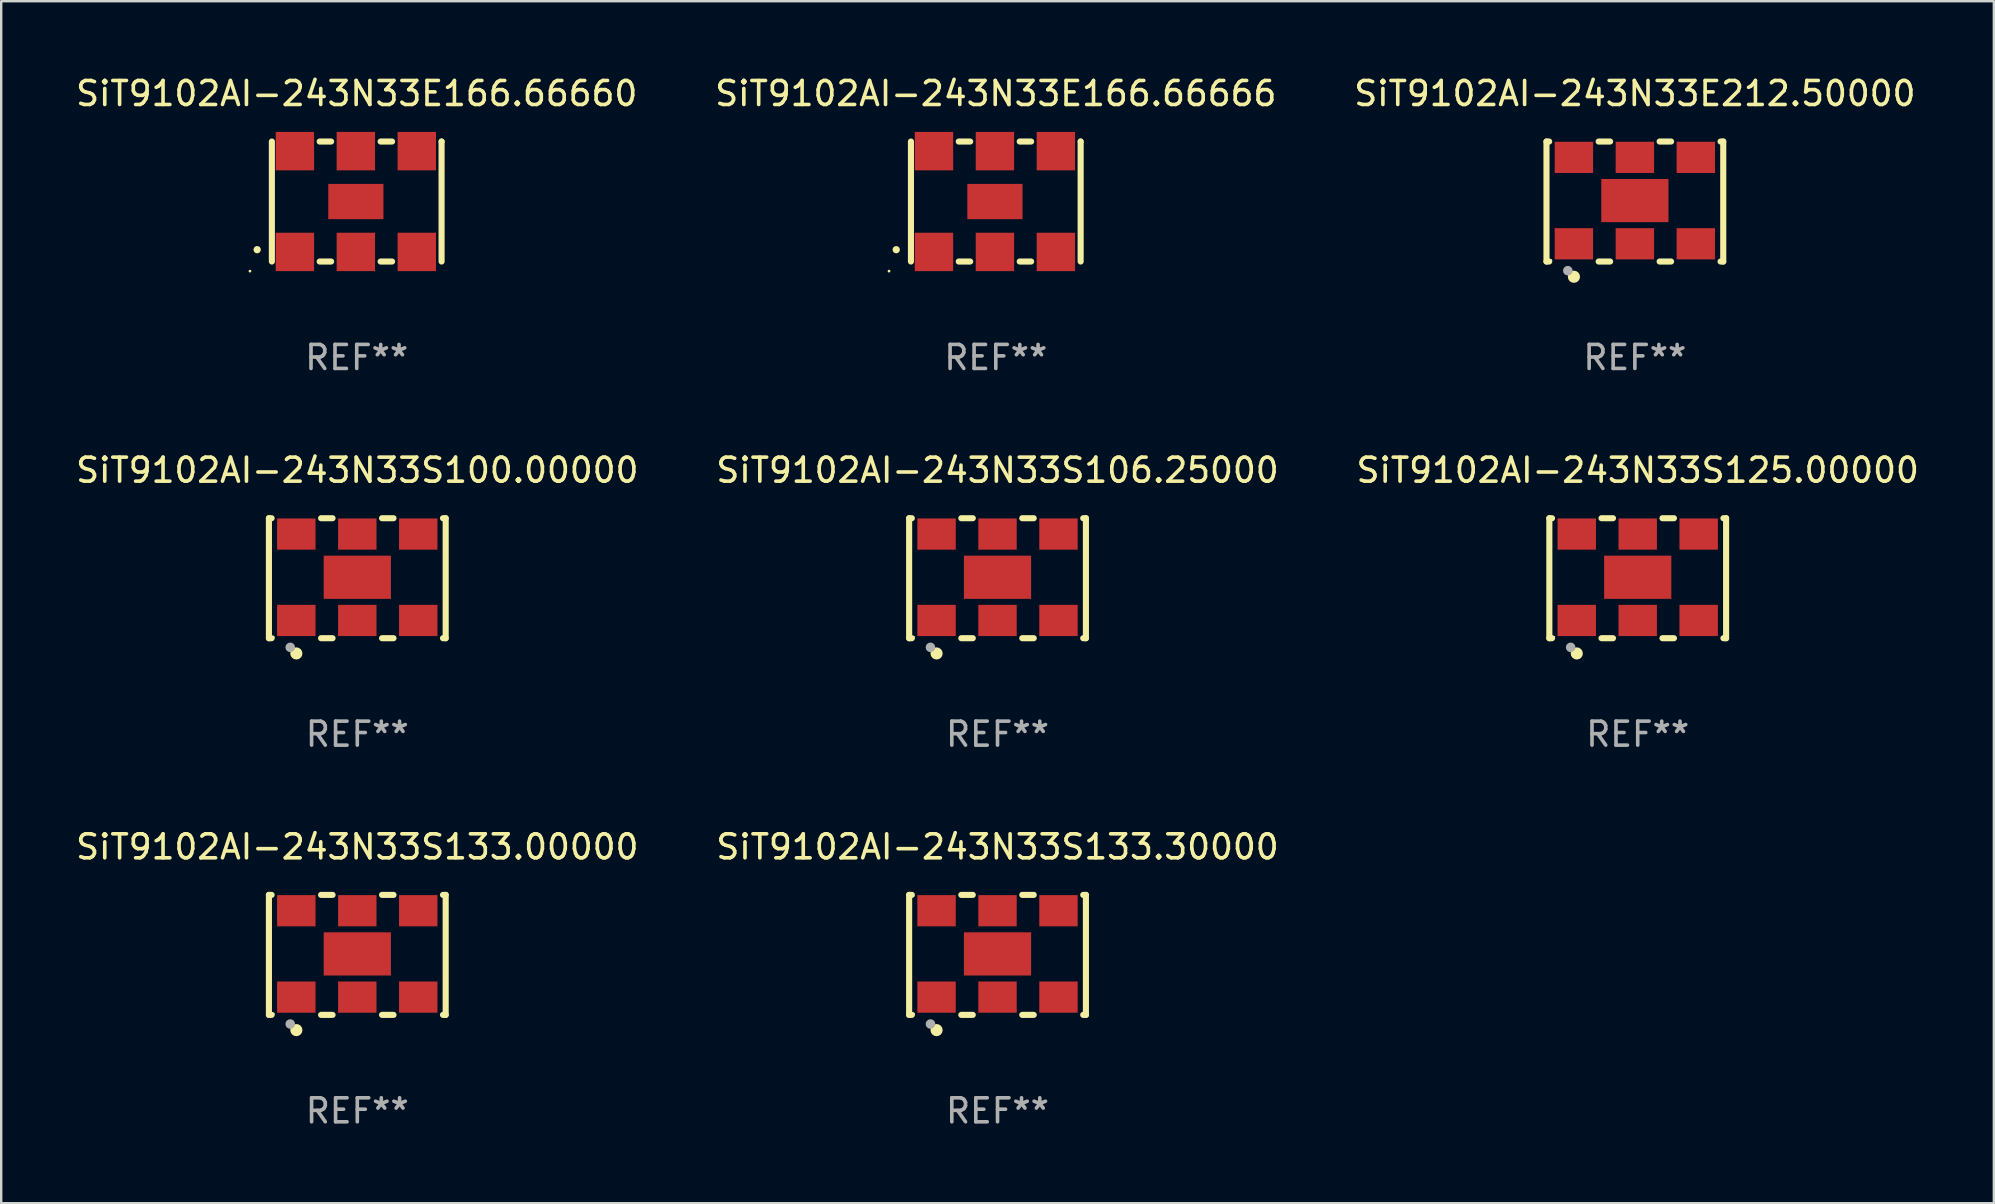
<source format=kicad_pcb>
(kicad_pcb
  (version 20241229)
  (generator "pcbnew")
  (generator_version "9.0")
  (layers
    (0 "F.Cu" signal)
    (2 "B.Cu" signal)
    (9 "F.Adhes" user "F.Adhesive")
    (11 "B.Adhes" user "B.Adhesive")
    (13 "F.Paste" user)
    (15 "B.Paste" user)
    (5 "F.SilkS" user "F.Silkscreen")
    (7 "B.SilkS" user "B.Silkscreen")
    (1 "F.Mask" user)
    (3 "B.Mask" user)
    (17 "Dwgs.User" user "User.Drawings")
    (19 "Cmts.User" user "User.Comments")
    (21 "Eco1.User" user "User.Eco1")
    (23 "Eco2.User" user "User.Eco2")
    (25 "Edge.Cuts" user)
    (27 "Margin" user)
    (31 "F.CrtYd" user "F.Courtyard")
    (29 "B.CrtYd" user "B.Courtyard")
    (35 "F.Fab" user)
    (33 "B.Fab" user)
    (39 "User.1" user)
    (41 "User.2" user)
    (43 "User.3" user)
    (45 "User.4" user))
  (footprint "SiT9102AI-243N33S106.25000"
    (layer "F.Cu")
    (at 38.518 21.045)
    (property "Reference" "SiT9102AI-243N33S106.25000" (at 0 -4.5 0) (layer "F.SilkS") (effects (font (size 1 1) (thickness 0.15))))
    (attr through_hole)
    (fp_line (start -3.683 -2.5) (end -3.571 -2.5) (stroke (width 0.254) (type solid)) (layer "F.SilkS"))
    (fp_line (start -3.683 2.5) (end -3.683 -2.5) (stroke (width 0.254) (type solid)) (layer "F.SilkS"))
    (fp_line (start -3.683 2.5) (end -3.571 2.5) (stroke (width 0.254) (type solid)) (layer "F.SilkS"))
    (fp_line (start -1.509 -2.5) (end -1.031 -2.5) (stroke (width 0.254) (type solid)) (layer "F.SilkS"))
    (fp_line (start -1.509 2.5) (end -1.031 2.5) (stroke (width 0.254) (type solid)) (layer "F.SilkS"))
    (fp_line (start 1.031 -2.5) (end 1.509 -2.5) (stroke (width 0.254) (type solid)) (layer "F.SilkS"))
    (fp_line (start 1.031 2.5) (end 1.509 2.5) (stroke (width 0.254) (type solid)) (layer "F.SilkS"))
    (fp_line (start 3.571 -2.5) (end 3.683 -2.5) (stroke (width 0.254) (type solid)) (layer "F.SilkS"))
    (fp_line (start 3.571 2.5) (end 3.683 2.5) (stroke (width 0.254) (type solid)) (layer "F.SilkS"))
    (fp_line (start 3.683 2.5) (end 3.683 -2.5) (stroke (width 0.254) (type solid)) (layer "F.SilkS"))
    (fp_circle (center -3.5 2.46) (end -3.47 2.46) (stroke (width 0.06) (type solid)) (fill no) (layer "F.SilkS"))
    (fp_circle (center -2.54 3.135) (end -2.413 3.135) (stroke (width 0.254) (type solid)) (fill no) (layer "F.SilkS"))
    (fp_circle (center -2.794 2.881) (end -2.694 2.881) (stroke (width 0.2) (type solid)) (fill no) (layer "F.Fab"))
    (fp_text user "REF**" (at 0 6.5 0) (layer "F.Fab") (effects (font (size 1 1) (thickness 0.15))))
    (pad "1" smd rect (at -2.54 1.76) (size 1.6 1.3) (layers "F.Cu" "F.Mask" "F.Paste"))
    (pad "2" smd rect (at 0 1.76) (size 1.6 1.3) (layers "F.Cu" "F.Mask" "F.Paste"))
    (pad "3" smd rect (at 2.54 1.76) (size 1.6 1.3) (layers "F.Cu" "F.Mask" "F.Paste"))
    (pad "4" smd rect (at 2.54 -1.84) (size 1.6 1.3) (layers "F.Cu" "F.Mask" "F.Paste"))
    (pad "5" smd rect (at 0 -1.84) (size 1.6 1.3) (layers "F.Cu" "F.Mask" "F.Paste"))
    (pad "6" smd rect (at -2.54 -1.84) (size 1.6 1.3) (layers "F.Cu" "F.Mask" "F.Paste"))
    (pad "7" smd rect (at 0 -0.04) (size 2.8 1.8) (layers "F.Cu" "F.Mask" "F.Paste")))
  (footprint "SiT9102AI-243N33S125.00000"
    (layer "F.Cu")
    (at 65.196 21.045)
    (property "Reference" "SiT9102AI-243N33S125.00000" (at 0 -4.5 0) (layer "F.SilkS") (effects (font (size 1 1) (thickness 0.15))))
    (attr through_hole)
    (fp_line (start -3.683 -2.5) (end -3.571 -2.5) (stroke (width 0.254) (type solid)) (layer "F.SilkS"))
    (fp_line (start -3.683 2.5) (end -3.683 -2.5) (stroke (width 0.254) (type solid)) (layer "F.SilkS"))
    (fp_line (start -3.683 2.5) (end -3.571 2.5) (stroke (width 0.254) (type solid)) (layer "F.SilkS"))
    (fp_line (start -1.509 -2.5) (end -1.031 -2.5) (stroke (width 0.254) (type solid)) (layer "F.SilkS"))
    (fp_line (start -1.509 2.5) (end -1.031 2.5) (stroke (width 0.254) (type solid)) (layer "F.SilkS"))
    (fp_line (start 1.031 -2.5) (end 1.509 -2.5) (stroke (width 0.254) (type solid)) (layer "F.SilkS"))
    (fp_line (start 1.031 2.5) (end 1.509 2.5) (stroke (width 0.254) (type solid)) (layer "F.SilkS"))
    (fp_line (start 3.571 -2.5) (end 3.683 -2.5) (stroke (width 0.254) (type solid)) (layer "F.SilkS"))
    (fp_line (start 3.571 2.5) (end 3.683 2.5) (stroke (width 0.254) (type solid)) (layer "F.SilkS"))
    (fp_line (start 3.683 2.5) (end 3.683 -2.5) (stroke (width 0.254) (type solid)) (layer "F.SilkS"))
    (fp_circle (center -3.5 2.46) (end -3.47 2.46) (stroke (width 0.06) (type solid)) (fill no) (layer "F.SilkS"))
    (fp_circle (center -2.54 3.135) (end -2.413 3.135) (stroke (width 0.254) (type solid)) (fill no) (layer "F.SilkS"))
    (fp_circle (center -2.794 2.881) (end -2.694 2.881) (stroke (width 0.2) (type solid)) (fill no) (layer "F.Fab"))
    (fp_text user "REF**" (at 0 6.5 0) (layer "F.Fab") (effects (font (size 1 1) (thickness 0.15))))
    (pad "1" smd rect (at -2.54 1.76) (size 1.6 1.3) (layers "F.Cu" "F.Mask" "F.Paste"))
    (pad "2" smd rect (at 0 1.76) (size 1.6 1.3) (layers "F.Cu" "F.Mask" "F.Paste"))
    (pad "3" smd rect (at 2.54 1.76) (size 1.6 1.3) (layers "F.Cu" "F.Mask" "F.Paste"))
    (pad "4" smd rect (at 2.54 -1.84) (size 1.6 1.3) (layers "F.Cu" "F.Mask" "F.Paste"))
    (pad "5" smd rect (at 0 -1.84) (size 1.6 1.3) (layers "F.Cu" "F.Mask" "F.Paste"))
    (pad "6" smd rect (at -2.54 -1.84) (size 1.6 1.3) (layers "F.Cu" "F.Mask" "F.Paste"))
    (pad "7" smd rect (at 0 -0.04) (size 2.8 1.8) (layers "F.Cu" "F.Mask" "F.Paste")))
  (footprint "SiT9102AI-243N33S133.00000"
    (layer "F.Cu")
    (at 11.839 36.741)
    (property "Reference" "SiT9102AI-243N33S133.00000" (at 0 -4.5 0) (layer "F.SilkS") (effects (font (size 1 1) (thickness 0.15))))
    (attr through_hole)
    (fp_line (start -3.683 -2.5) (end -3.571 -2.5) (stroke (width 0.254) (type solid)) (layer "F.SilkS"))
    (fp_line (start -3.683 2.5) (end -3.683 -2.5) (stroke (width 0.254) (type solid)) (layer "F.SilkS"))
    (fp_line (start -3.683 2.5) (end -3.571 2.5) (stroke (width 0.254) (type solid)) (layer "F.SilkS"))
    (fp_line (start -1.509 -2.5) (end -1.031 -2.5) (stroke (width 0.254) (type solid)) (layer "F.SilkS"))
    (fp_line (start -1.509 2.5) (end -1.031 2.5) (stroke (width 0.254) (type solid)) (layer "F.SilkS"))
    (fp_line (start 1.031 -2.5) (end 1.509 -2.5) (stroke (width 0.254) (type solid)) (layer "F.SilkS"))
    (fp_line (start 1.031 2.5) (end 1.509 2.5) (stroke (width 0.254) (type solid)) (layer "F.SilkS"))
    (fp_line (start 3.571 -2.5) (end 3.683 -2.5) (stroke (width 0.254) (type solid)) (layer "F.SilkS"))
    (fp_line (start 3.571 2.5) (end 3.683 2.5) (stroke (width 0.254) (type solid)) (layer "F.SilkS"))
    (fp_line (start 3.683 2.5) (end 3.683 -2.5) (stroke (width 0.254) (type solid)) (layer "F.SilkS"))
    (fp_circle (center -3.5 2.46) (end -3.47 2.46) (stroke (width 0.06) (type solid)) (fill no) (layer "F.SilkS"))
    (fp_circle (center -2.54 3.135) (end -2.413 3.135) (stroke (width 0.254) (type solid)) (fill no) (layer "F.SilkS"))
    (fp_circle (center -2.794 2.881) (end -2.694 2.881) (stroke (width 0.2) (type solid)) (fill no) (layer "F.Fab"))
    (fp_text user "REF**" (at 0 6.5 0) (layer "F.Fab") (effects (font (size 1 1) (thickness 0.15))))
    (pad "1" smd rect (at -2.54 1.76) (size 1.6 1.3) (layers "F.Cu" "F.Mask" "F.Paste"))
    (pad "2" smd rect (at 0 1.76) (size 1.6 1.3) (layers "F.Cu" "F.Mask" "F.Paste"))
    (pad "3" smd rect (at 2.54 1.76) (size 1.6 1.3) (layers "F.Cu" "F.Mask" "F.Paste"))
    (pad "4" smd rect (at 2.54 -1.84) (size 1.6 1.3) (layers "F.Cu" "F.Mask" "F.Paste"))
    (pad "5" smd rect (at 0 -1.84) (size 1.6 1.3) (layers "F.Cu" "F.Mask" "F.Paste"))
    (pad "6" smd rect (at -2.54 -1.84) (size 1.6 1.3) (layers "F.Cu" "F.Mask" "F.Paste"))
    (pad "7" smd rect (at 0 -0.04) (size 2.8 1.8) (layers "F.Cu" "F.Mask" "F.Paste")))
  (footprint "SiT9102AI-243N33S133.30000"
    (layer "F.Cu")
    (at 38.518 36.741)
    (property "Reference" "SiT9102AI-243N33S133.30000" (at 0 -4.5 0) (layer "F.SilkS") (effects (font (size 1 1) (thickness 0.15))))
    (attr through_hole)
    (fp_line (start -3.683 -2.5) (end -3.571 -2.5) (stroke (width 0.254) (type solid)) (layer "F.SilkS"))
    (fp_line (start -3.683 2.5) (end -3.683 -2.5) (stroke (width 0.254) (type solid)) (layer "F.SilkS"))
    (fp_line (start -3.683 2.5) (end -3.571 2.5) (stroke (width 0.254) (type solid)) (layer "F.SilkS"))
    (fp_line (start -1.509 -2.5) (end -1.031 -2.5) (stroke (width 0.254) (type solid)) (layer "F.SilkS"))
    (fp_line (start -1.509 2.5) (end -1.031 2.5) (stroke (width 0.254) (type solid)) (layer "F.SilkS"))
    (fp_line (start 1.031 -2.5) (end 1.509 -2.5) (stroke (width 0.254) (type solid)) (layer "F.SilkS"))
    (fp_line (start 1.031 2.5) (end 1.509 2.5) (stroke (width 0.254) (type solid)) (layer "F.SilkS"))
    (fp_line (start 3.571 -2.5) (end 3.683 -2.5) (stroke (width 0.254) (type solid)) (layer "F.SilkS"))
    (fp_line (start 3.571 2.5) (end 3.683 2.5) (stroke (width 0.254) (type solid)) (layer "F.SilkS"))
    (fp_line (start 3.683 2.5) (end 3.683 -2.5) (stroke (width 0.254) (type solid)) (layer "F.SilkS"))
    (fp_circle (center -3.5 2.46) (end -3.47 2.46) (stroke (width 0.06) (type solid)) (fill no) (layer "F.SilkS"))
    (fp_circle (center -2.54 3.135) (end -2.413 3.135) (stroke (width 0.254) (type solid)) (fill no) (layer "F.SilkS"))
    (fp_circle (center -2.794 2.881) (end -2.694 2.881) (stroke (width 0.2) (type solid)) (fill no) (layer "F.Fab"))
    (fp_text user "REF**" (at 0 6.5 0) (layer "F.Fab") (effects (font (size 1 1) (thickness 0.15))))
    (pad "1" smd rect (at -2.54 1.76) (size 1.6 1.3) (layers "F.Cu" "F.Mask" "F.Paste"))
    (pad "2" smd rect (at 0 1.76) (size 1.6 1.3) (layers "F.Cu" "F.Mask" "F.Paste"))
    (pad "3" smd rect (at 2.54 1.76) (size 1.6 1.3) (layers "F.Cu" "F.Mask" "F.Paste"))
    (pad "4" smd rect (at 2.54 -1.84) (size 1.6 1.3) (layers "F.Cu" "F.Mask" "F.Paste"))
    (pad "5" smd rect (at 0 -1.84) (size 1.6 1.3) (layers "F.Cu" "F.Mask" "F.Paste"))
    (pad "6" smd rect (at -2.54 -1.84) (size 1.6 1.3) (layers "F.Cu" "F.Mask" "F.Paste"))
    (pad "7" smd rect (at 0 -0.04) (size 2.8 1.8) (layers "F.Cu" "F.Mask" "F.Paste")))
  (footprint "SiT9102AI-243N33E166.66666"
    (layer "F.Cu")
    (at 38.446 5.348)
    (property "Reference" "SiT9102AI-243N33E166.66666" (at 0 -4.5 0) (layer "F.SilkS") (effects (font (size 1 1) (thickness 0.15))))
    (attr through_hole)
    (fp_line (start -3.536 -2.5) (end -3.536 2.5) (stroke (width 0.254) (type solid)) (layer "F.SilkS"))
    (fp_line (start -1.544 2.5) (end -1.067 2.5) (stroke (width 0.254) (type solid)) (layer "F.SilkS"))
    (fp_line (start -1.067 -2.5) (end -1.544 -2.5) (stroke (width 0.254) (type solid)) (layer "F.SilkS"))
    (fp_line (start 0.996 2.5) (end 1.473 2.5) (stroke (width 0.254) (type solid)) (layer "F.SilkS"))
    (fp_line (start 1.473 -2.5) (end 0.996 -2.5) (stroke (width 0.254) (type solid)) (layer "F.SilkS"))
    (fp_line (start 3.536 -2.5) (end 3.536 -2.5) (stroke (width 0.254) (type solid)) (layer "F.SilkS"))
    (fp_line (start 3.536 2.5) (end 3.536 -2.5) (stroke (width 0.254) (type solid)) (layer "F.SilkS"))
    (fp_arc (start -4.150432 2.006604) (mid -4.149162 2.006599) (end -4.147892 2.006604) (stroke (width 0.3) (type solid)) (layer "F.SilkS"))
    (fp_circle (center -4.449 2.9) (end -4.419 2.9) (stroke (width 0.06) (type solid)) (fill no) (layer "F.SilkS"))
    (fp_text user "REF**" (at 0 6.5 0) (layer "F.Fab") (effects (font (size 1 1) (thickness 0.15))))
    (pad "1" smd rect (at -2.576 2.1) (size 1.6 1.6) (layers "F.Cu" "F.Mask" "F.Paste"))
    (pad "2" smd rect (at -0.036 2.1) (size 1.6 1.6) (layers "F.Cu" "F.Mask" "F.Paste"))
    (pad "3" smd rect (at 2.504 2.1) (size 1.6 1.6) (layers "F.Cu" "F.Mask" "F.Paste"))
    (pad "4" smd rect (at 2.504 -2.1) (size 1.6 1.6) (layers "F.Cu" "F.Mask" "F.Paste"))
    (pad "5" smd rect (at -0.036 -2.1) (size 1.6 1.6) (layers "F.Cu" "F.Mask" "F.Paste"))
    (pad "6" smd rect (at -2.576 -2.1) (size 1.6 1.6) (layers "F.Cu" "F.Mask" "F.Paste"))
    (pad "7" smd rect (at -0.036 0) (size 2.3 1.47) (layers "F.Cu" "F.Mask" "F.Paste")))
  (footprint "SiT9102AI-243N33S100.00000"
    (layer "F.Cu")
    (at 11.839 21.045)
    (property "Reference" "SiT9102AI-243N33S100.00000" (at 0 -4.5 0) (layer "F.SilkS") (effects (font (size 1 1) (thickness 0.15))))
    (attr through_hole)
    (fp_line (start -3.683 -2.5) (end -3.571 -2.5) (stroke (width 0.254) (type solid)) (layer "F.SilkS"))
    (fp_line (start -3.683 2.5) (end -3.683 -2.5) (stroke (width 0.254) (type solid)) (layer "F.SilkS"))
    (fp_line (start -3.683 2.5) (end -3.571 2.5) (stroke (width 0.254) (type solid)) (layer "F.SilkS"))
    (fp_line (start -1.509 -2.5) (end -1.031 -2.5) (stroke (width 0.254) (type solid)) (layer "F.SilkS"))
    (fp_line (start -1.509 2.5) (end -1.031 2.5) (stroke (width 0.254) (type solid)) (layer "F.SilkS"))
    (fp_line (start 1.031 -2.5) (end 1.509 -2.5) (stroke (width 0.254) (type solid)) (layer "F.SilkS"))
    (fp_line (start 1.031 2.5) (end 1.509 2.5) (stroke (width 0.254) (type solid)) (layer "F.SilkS"))
    (fp_line (start 3.571 -2.5) (end 3.683 -2.5) (stroke (width 0.254) (type solid)) (layer "F.SilkS"))
    (fp_line (start 3.571 2.5) (end 3.683 2.5) (stroke (width 0.254) (type solid)) (layer "F.SilkS"))
    (fp_line (start 3.683 2.5) (end 3.683 -2.5) (stroke (width 0.254) (type solid)) (layer "F.SilkS"))
    (fp_circle (center -3.5 2.46) (end -3.47 2.46) (stroke (width 0.06) (type solid)) (fill no) (layer "F.SilkS"))
    (fp_circle (center -2.54 3.135) (end -2.413 3.135) (stroke (width 0.254) (type solid)) (fill no) (layer "F.SilkS"))
    (fp_circle (center -2.794 2.881) (end -2.694 2.881) (stroke (width 0.2) (type solid)) (fill no) (layer "F.Fab"))
    (fp_text user "REF**" (at 0 6.5 0) (layer "F.Fab") (effects (font (size 1 1) (thickness 0.15))))
    (pad "1" smd rect (at -2.54 1.76) (size 1.6 1.3) (layers "F.Cu" "F.Mask" "F.Paste"))
    (pad "2" smd rect (at 0 1.76) (size 1.6 1.3) (layers "F.Cu" "F.Mask" "F.Paste"))
    (pad "3" smd rect (at 2.54 1.76) (size 1.6 1.3) (layers "F.Cu" "F.Mask" "F.Paste"))
    (pad "4" smd rect (at 2.54 -1.84) (size 1.6 1.3) (layers "F.Cu" "F.Mask" "F.Paste"))
    (pad "5" smd rect (at 0 -1.84) (size 1.6 1.3) (layers "F.Cu" "F.Mask" "F.Paste"))
    (pad "6" smd rect (at -2.54 -1.84) (size 1.6 1.3) (layers "F.Cu" "F.Mask" "F.Paste"))
    (pad "7" smd rect (at 0 -0.04) (size 2.8 1.8) (layers "F.Cu" "F.Mask" "F.Paste")))
  (footprint "SiT9102AI-243N33E166.66660"
    (layer "F.Cu")
    (at 11.815 5.348)
    (property "Reference" "SiT9102AI-243N33E166.66660" (at 0 -4.5 0) (layer "F.SilkS") (effects (font (size 1 1) (thickness 0.15))))
    (attr through_hole)
    (fp_line (start -3.536 -2.5) (end -3.536 2.5) (stroke (width 0.254) (type solid)) (layer "F.SilkS"))
    (fp_line (start -1.544 2.5) (end -1.067 2.5) (stroke (width 0.254) (type solid)) (layer "F.SilkS"))
    (fp_line (start -1.067 -2.5) (end -1.544 -2.5) (stroke (width 0.254) (type solid)) (layer "F.SilkS"))
    (fp_line (start 0.996 2.5) (end 1.473 2.5) (stroke (width 0.254) (type solid)) (layer "F.SilkS"))
    (fp_line (start 1.473 -2.5) (end 0.996 -2.5) (stroke (width 0.254) (type solid)) (layer "F.SilkS"))
    (fp_line (start 3.536 -2.5) (end 3.536 -2.5) (stroke (width 0.254) (type solid)) (layer "F.SilkS"))
    (fp_line (start 3.536 2.5) (end 3.536 -2.5) (stroke (width 0.254) (type solid)) (layer "F.SilkS"))
    (fp_arc (start -4.150432 2.006604) (mid -4.149162 2.006599) (end -4.147892 2.006604) (stroke (width 0.3) (type solid)) (layer "F.SilkS"))
    (fp_circle (center -4.449 2.9) (end -4.419 2.9) (stroke (width 0.06) (type solid)) (fill no) (layer "F.SilkS"))
    (fp_text user "REF**" (at 0 6.5 0) (layer "F.Fab") (effects (font (size 1 1) (thickness 0.15))))
    (pad "1" smd rect (at -2.576 2.1) (size 1.6 1.6) (layers "F.Cu" "F.Mask" "F.Paste"))
    (pad "2" smd rect (at -0.036 2.1) (size 1.6 1.6) (layers "F.Cu" "F.Mask" "F.Paste"))
    (pad "3" smd rect (at 2.504 2.1) (size 1.6 1.6) (layers "F.Cu" "F.Mask" "F.Paste"))
    (pad "4" smd rect (at 2.504 -2.1) (size 1.6 1.6) (layers "F.Cu" "F.Mask" "F.Paste"))
    (pad "5" smd rect (at -0.036 -2.1) (size 1.6 1.6) (layers "F.Cu" "F.Mask" "F.Paste"))
    (pad "6" smd rect (at -2.576 -2.1) (size 1.6 1.6) (layers "F.Cu" "F.Mask" "F.Paste"))
    (pad "7" smd rect (at -0.036 0) (size 2.3 1.47) (layers "F.Cu" "F.Mask" "F.Paste")))
  (footprint "SiT9102AI-243N33E212.50000"
    (layer "F.Cu")
    (at 65.077 5.348)
    (property "Reference" "SiT9102AI-243N33E212.50000" (at 0 -4.5 0) (layer "F.SilkS") (effects (font (size 1 1) (thickness 0.15))))
    (attr through_hole)
    (fp_line (start -3.683 -2.5) (end -3.571 -2.5) (stroke (width 0.254) (type solid)) (layer "F.SilkS"))
    (fp_line (start -3.683 2.5) (end -3.683 -2.5) (stroke (width 0.254) (type solid)) (layer "F.SilkS"))
    (fp_line (start -3.683 2.5) (end -3.571 2.5) (stroke (width 0.254) (type solid)) (layer "F.SilkS"))
    (fp_line (start -1.509 -2.5) (end -1.031 -2.5) (stroke (width 0.254) (type solid)) (layer "F.SilkS"))
    (fp_line (start -1.509 2.5) (end -1.031 2.5) (stroke (width 0.254) (type solid)) (layer "F.SilkS"))
    (fp_line (start 1.031 -2.5) (end 1.509 -2.5) (stroke (width 0.254) (type solid)) (layer "F.SilkS"))
    (fp_line (start 1.031 2.5) (end 1.509 2.5) (stroke (width 0.254) (type solid)) (layer "F.SilkS"))
    (fp_line (start 3.571 -2.5) (end 3.683 -2.5) (stroke (width 0.254) (type solid)) (layer "F.SilkS"))
    (fp_line (start 3.571 2.5) (end 3.683 2.5) (stroke (width 0.254) (type solid)) (layer "F.SilkS"))
    (fp_line (start 3.683 2.5) (end 3.683 -2.5) (stroke (width 0.254) (type solid)) (layer "F.SilkS"))
    (fp_circle (center -3.5 2.46) (end -3.47 2.46) (stroke (width 0.06) (type solid)) (fill no) (layer "F.SilkS"))
    (fp_circle (center -2.54 3.135) (end -2.413 3.135) (stroke (width 0.254) (type solid)) (fill no) (layer "F.SilkS"))
    (fp_circle (center -2.794 2.881) (end -2.694 2.881) (stroke (width 0.2) (type solid)) (fill no) (layer "F.Fab"))
    (fp_text user "REF**" (at 0 6.5 0) (layer "F.Fab") (effects (font (size 1 1) (thickness 0.15))))
    (pad "1" smd rect (at -2.54 1.76) (size 1.6 1.3) (layers "F.Cu" "F.Mask" "F.Paste"))
    (pad "2" smd rect (at 0 1.76) (size 1.6 1.3) (layers "F.Cu" "F.Mask" "F.Paste"))
    (pad "3" smd rect (at 2.54 1.76) (size 1.6 1.3) (layers "F.Cu" "F.Mask" "F.Paste"))
    (pad "4" smd rect (at 2.54 -1.84) (size 1.6 1.3) (layers "F.Cu" "F.Mask" "F.Paste"))
    (pad "5" smd rect (at 0 -1.84) (size 1.6 1.3) (layers "F.Cu" "F.Mask" "F.Paste"))
    (pad "6" smd rect (at -2.54 -1.84) (size 1.6 1.3) (layers "F.Cu" "F.Mask" "F.Paste"))
    (pad "7" smd rect (at 0 -0.04) (size 2.8 1.8) (layers "F.Cu" "F.Mask" "F.Paste")))
  (gr_rect
    (start -3 -3)
    (end 80.036 47.09)
    (stroke (width 0.1) (type default))
    (fill no)
    (layer "Edge.Cuts")))
</source>
